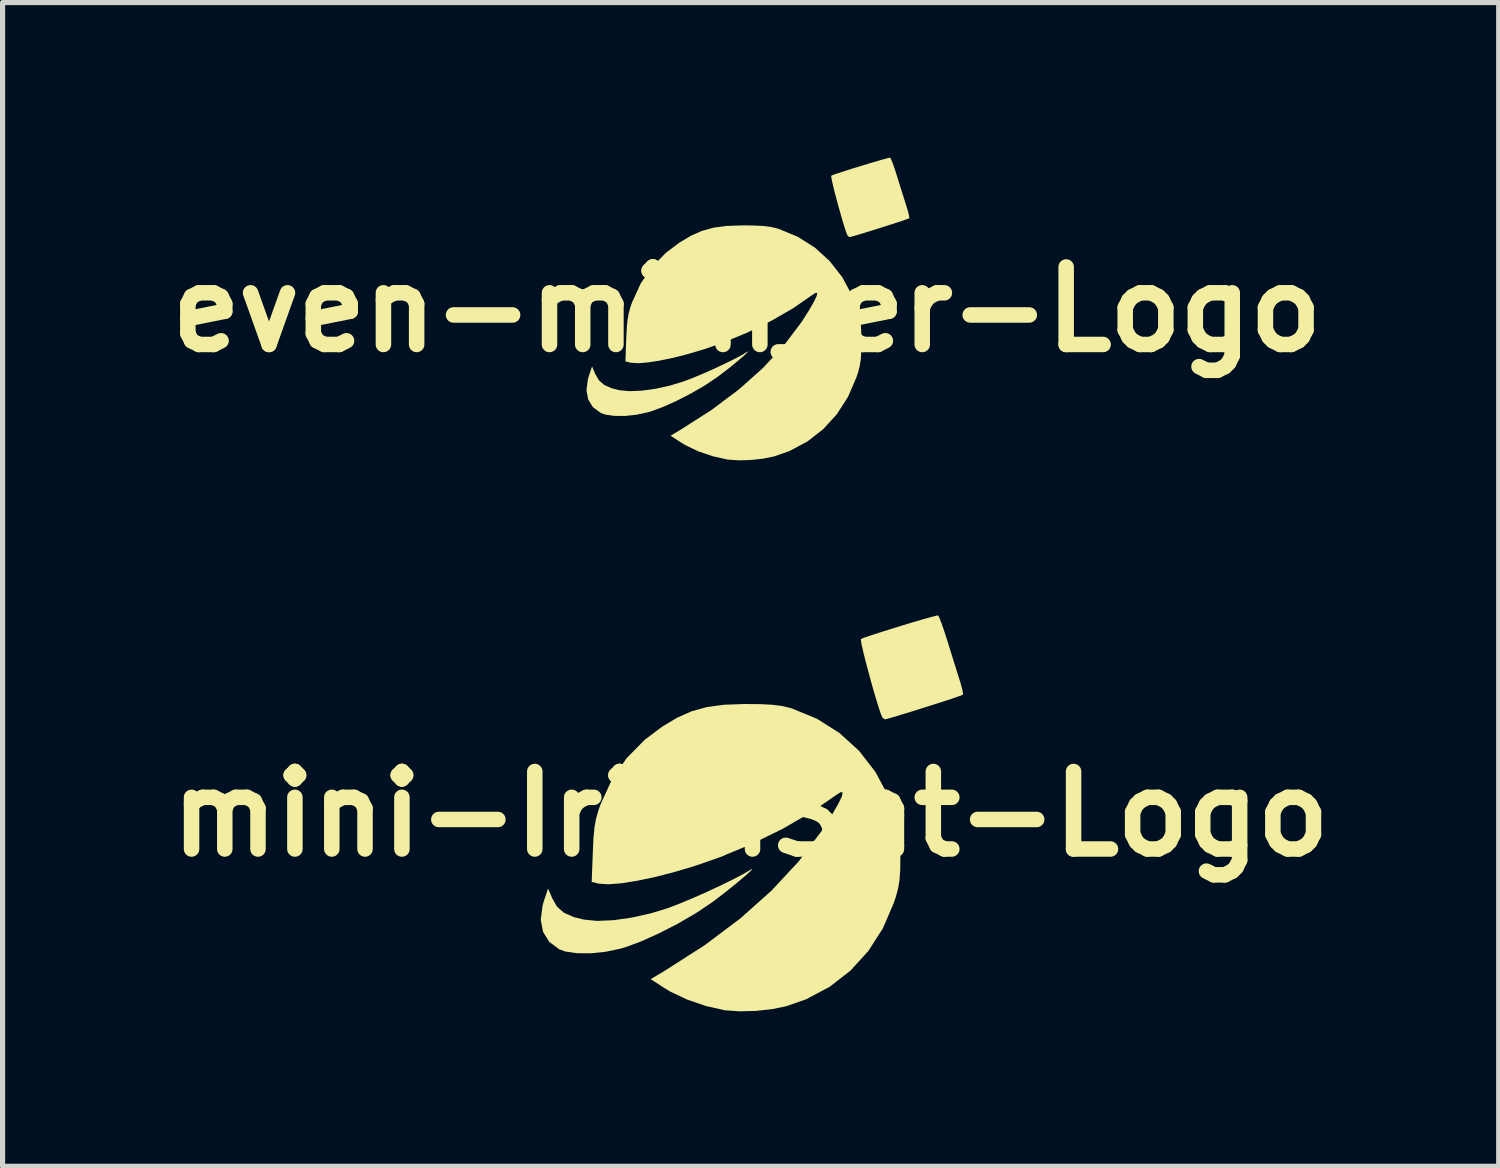
<source format=kicad_pcb>
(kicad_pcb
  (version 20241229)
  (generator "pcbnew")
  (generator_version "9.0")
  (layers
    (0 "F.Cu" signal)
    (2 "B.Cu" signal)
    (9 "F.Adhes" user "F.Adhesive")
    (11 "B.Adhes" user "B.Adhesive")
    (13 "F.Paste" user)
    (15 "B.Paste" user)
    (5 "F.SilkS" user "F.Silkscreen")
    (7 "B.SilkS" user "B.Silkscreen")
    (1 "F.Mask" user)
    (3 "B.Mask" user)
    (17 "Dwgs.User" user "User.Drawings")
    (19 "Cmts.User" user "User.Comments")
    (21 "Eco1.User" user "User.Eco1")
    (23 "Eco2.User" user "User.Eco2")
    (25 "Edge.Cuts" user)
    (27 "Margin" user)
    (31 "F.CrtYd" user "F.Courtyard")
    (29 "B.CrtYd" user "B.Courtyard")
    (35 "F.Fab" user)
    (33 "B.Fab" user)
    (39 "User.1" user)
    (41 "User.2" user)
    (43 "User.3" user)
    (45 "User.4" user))
  (footprint "even-mini_er-Logo"
    (layer "F.Cu")
    (at 11.407 2.939)
    (property "Reference" "even-mini_er-Logo" (at 0 0 0) (layer "F.SilkS") (effects (font (size 1.5 1.5) (thickness 0.3))))
    (attr board_only exclude_from_pos_files exclude_from_bom)
    (fp_poly (pts (xy 0.02 0.821) (xy -0.02 0.861) (xy -0.091 0.924) (xy -0.185 1.004) (xy -0.294 1.094) (xy -0.411 1.186) (xy -0.528 1.275) (xy -0.59 1.321) (xy -0.819 1.473) (xy -1.079 1.624) (xy -1.351 1.764) (xy -1.614 1.883) (xy -1.851 1.971) (xy -1.924 1.992) (xy -2.144 2.039) (xy -2.366 2.062) (xy -2.572 2.06) (xy -2.743 2.035) (xy -2.831 2.003) (xy -2.981 1.892) (xy -3.073 1.744) (xy -3.106 1.563) (xy -3.079 1.354) (xy -3.06 1.29) (xy -2.998 1.103) (xy -2.936 1.249) (xy -2.864 1.372) (xy -2.764 1.461) (xy -2.619 1.525) (xy -2.471 1.563) (xy -2.274 1.582) (xy -2.031 1.572) (xy -1.759 1.534) (xy -1.476 1.47) (xy -1.231 1.395) (xy -1.068 1.334) (xy -0.874 1.253) (xy -0.665 1.161) (xy -0.458 1.065) (xy -0.27 0.973) (xy -0.116 0.893) (xy -0.025 0.838) (xy 0.021 0.812)) (stroke (width 0) (type solid)) (fill yes) (layer "F.SilkS"))
    (fp_poly (pts (xy 2.79 -2.907) (xy 2.824 -2.822) (xy 2.868 -2.695) (xy 2.918 -2.539) (xy 2.921 -2.528) (xy 2.976 -2.35) (xy 3.03 -2.179) (xy 3.075 -2.035) (xy 3.102 -1.948) (xy 3.13 -1.849) (xy 3.142 -1.781) (xy 3.14 -1.764) (xy 3.103 -1.749) (xy 3.013 -1.718) (xy 2.883 -1.675) (xy 2.727 -1.625) (xy 2.557 -1.571) (xy 2.388 -1.518) (xy 2.233 -1.47) (xy 2.105 -1.432) (xy 2.019 -1.407) (xy 1.988 -1.4) (xy 1.95 -1.424) (xy 1.949 -1.426) (xy 1.923 -1.487) (xy 1.887 -1.597) (xy 1.843 -1.741) (xy 1.796 -1.907) (xy 1.748 -2.079) (xy 1.704 -2.246) (xy 1.667 -2.393) (xy 1.642 -2.508) (xy 1.63 -2.576) (xy 1.632 -2.588) (xy 1.671 -2.605) (xy 1.764 -2.637) (xy 1.897 -2.68) (xy 2.055 -2.731) (xy 2.226 -2.783) (xy 2.394 -2.834) (xy 2.547 -2.879) (xy 2.67 -2.914) (xy 2.751 -2.935) (xy 2.772 -2.939)) (stroke (width 0) (type solid)) (fill yes) (layer "F.SilkS"))
    (fp_poly (pts (xy 0.153 -1.624) (xy 0.324 -1.615) (xy 0.458 -1.598) (xy 0.575 -1.571) (xy 0.612 -1.56) (xy 0.984 -1.406) (xy 1.316 -1.196) (xy 1.604 -0.933) (xy 1.847 -0.621) (xy 2.039 -0.262) (xy 2.12 -0.052) (xy 2.164 0.087) (xy 2.192 0.21) (xy 2.208 0.34) (xy 2.214 0.501) (xy 2.215 0.63) (xy 2.213 0.823) (xy 2.203 0.97) (xy 2.183 1.094) (xy 2.15 1.221) (xy 2.12 1.312) (xy 1.957 1.691) (xy 1.741 2.027) (xy 1.477 2.317) (xy 1.169 2.557) (xy 0.821 2.742) (xy 0.525 2.845) (xy 0.316 2.888) (xy 0.076 2.914) (xy -0.163 2.921) (xy -0.369 2.906) (xy -0.379 2.905) (xy -0.66 2.842) (xy -0.94 2.747) (xy -1.189 2.628) (xy -1.267 2.581) (xy -1.479 2.444) (xy -1.273 2.321) (xy -0.679 1.941) (xy -0.152 1.545) (xy 0.311 1.132) (xy 0.713 0.699) (xy 1.056 0.245) (xy 1.198 0.022) (xy 1.294 -0.145) (xy 1.348 -0.257) (xy 1.362 -0.316) (xy 1.334 -0.324) (xy 1.268 -0.282) (xy 0.897 -0.025) (xy 0.472 0.22) (xy 0.01 0.447) (xy -0.473 0.647) (xy -0.819 0.767) (xy -1.123 0.858) (xy -1.414 0.933) (xy -1.682 0.989) (xy -1.916 1.026) (xy -2.107 1.041) (xy -2.244 1.032) (xy -2.258 1.029) (xy -2.352 1.005) (xy -2.336 0.564) (xy -2.326 0.359) (xy -2.311 0.203) (xy -2.289 0.075) (xy -2.255 -0.046) (xy -2.222 -0.14) (xy -2.054 -0.506) (xy -1.837 -0.823) (xy -1.566 -1.099) (xy -1.309 -1.292) (xy -1.087 -1.425) (xy -0.873 -1.52) (xy -0.648 -1.582) (xy -0.394 -1.616) (xy -0.092 -1.627) (xy -0.07 -1.627)) (stroke (width 0) (type solid)) (fill yes) (layer "F.SilkS")))
  (footprint "mini-IrishSat-Logo"
    (layer "F.Cu")
    (at 11.479 12.704)
    (property "Reference" "mini-IrishSat-Logo" (at 0 0 0) (layer "F.SilkS") (effects (font (size 1.5 1.5) (thickness 0.3))))
    (attr board_only exclude_from_pos_files exclude_from_bom)
    (fp_poly (pts (xy 0.027 1.074) (xy -0.026 1.127) (xy -0.118 1.209) (xy -0.242 1.314) (xy -0.385 1.431) (xy -0.538 1.552) (xy -0.69 1.668) (xy -0.772 1.728) (xy -1.071 1.927) (xy -1.411 2.124) (xy -1.767 2.307) (xy -2.112 2.463) (xy -2.421 2.578) (xy -2.516 2.606) (xy -2.804 2.667) (xy -3.095 2.697) (xy -3.364 2.695) (xy -3.589 2.662) (xy -3.704 2.62) (xy -3.899 2.475) (xy -4.019 2.281) (xy -4.063 2.044) (xy -4.027 1.771) (xy -4.003 1.687) (xy -3.921 1.443) (xy -3.84 1.634) (xy -3.747 1.795) (xy -3.615 1.911) (xy -3.426 1.995) (xy -3.232 2.044) (xy -2.974 2.07) (xy -2.656 2.056) (xy -2.301 2.006) (xy -1.931 1.923) (xy -1.61 1.825) (xy -1.397 1.744) (xy -1.143 1.639) (xy -0.87 1.519) (xy -0.6 1.393) (xy -0.353 1.273) (xy -0.152 1.168) (xy -0.033 1.097) (xy 0.028 1.062)) (stroke (width 0) (type solid)) (fill yes) (layer "F.SilkS"))
    (fp_poly (pts (xy 3.65 -3.803) (xy 3.694 -3.691) (xy 3.751 -3.525) (xy 3.817 -3.321) (xy 3.821 -3.307) (xy 3.893 -3.074) (xy 3.963 -2.85) (xy 4.022 -2.662) (xy 4.058 -2.548) (xy 4.094 -2.419) (xy 4.11 -2.329) (xy 4.107 -2.307) (xy 4.059 -2.288) (xy 3.942 -2.247) (xy 3.772 -2.191) (xy 3.567 -2.125) (xy 3.345 -2.055) (xy 3.124 -1.985) (xy 2.921 -1.923) (xy 2.754 -1.873) (xy 2.641 -1.84) (xy 2.6 -1.831) (xy 2.55 -1.863) (xy 2.549 -1.865) (xy 2.516 -1.946) (xy 2.469 -2.089) (xy 2.411 -2.278) (xy 2.349 -2.494) (xy 2.287 -2.72) (xy 2.229 -2.938) (xy 2.181 -3.131) (xy 2.147 -3.28) (xy 2.133 -3.369) (xy 2.134 -3.385) (xy 2.186 -3.408) (xy 2.308 -3.45) (xy 2.481 -3.506) (xy 2.689 -3.572) (xy 2.911 -3.641) (xy 3.132 -3.708) (xy 3.332 -3.767) (xy 3.493 -3.812) (xy 3.598 -3.839) (xy 3.626 -3.844)) (stroke (width 0) (type solid)) (fill yes) (layer "F.SilkS"))
    (fp_poly (pts (xy 0.2 -2.125) (xy 0.423 -2.113) (xy 0.6 -2.091) (xy 0.752 -2.055) (xy 0.801 -2.041) (xy 1.287 -1.84) (xy 1.721 -1.565) (xy 2.099 -1.221) (xy 2.416 -0.812) (xy 2.667 -0.343) (xy 2.773 -0.069) (xy 2.831 0.114) (xy 2.868 0.275) (xy 2.888 0.445) (xy 2.897 0.656) (xy 2.898 0.824) (xy 2.895 1.076) (xy 2.882 1.269) (xy 2.856 1.432) (xy 2.812 1.597) (xy 2.773 1.716) (xy 2.56 2.212) (xy 2.278 2.652) (xy 1.932 3.032) (xy 1.529 3.345) (xy 1.074 3.587) (xy 0.686 3.722) (xy 0.413 3.778) (xy 0.099 3.812) (xy -0.213 3.82) (xy -0.483 3.801) (xy -0.496 3.8) (xy -0.863 3.718) (xy -1.229 3.593) (xy -1.556 3.438) (xy -1.658 3.377) (xy -1.935 3.197) (xy -1.666 3.037) (xy -0.889 2.539) (xy -0.199 2.021) (xy 0.407 1.48) (xy 0.933 0.914) (xy 1.381 0.32) (xy 1.567 0.028) (xy 1.692 -0.19) (xy 1.764 -0.337) (xy 1.781 -0.414) (xy 1.745 -0.423) (xy 1.659 -0.369) (xy 1.173 -0.033) (xy 0.618 0.288) (xy 0.013 0.585) (xy -0.619 0.846) (xy -1.071 1.003) (xy -1.469 1.122) (xy -1.85 1.22) (xy -2.2 1.294) (xy -2.507 1.342) (xy -2.756 1.361) (xy -2.935 1.35) (xy -2.953 1.346) (xy -3.077 1.315) (xy -3.055 0.737) (xy -3.043 0.47) (xy -3.024 0.266) (xy -2.994 0.098) (xy -2.95 -0.06) (xy -2.907 -0.183) (xy -2.687 -0.662) (xy -2.403 -1.077) (xy -2.049 -1.437) (xy -1.712 -1.69) (xy -1.422 -1.864) (xy -1.141 -1.988) (xy -0.847 -2.069) (xy -0.515 -2.114) (xy -0.12 -2.128) (xy -0.092 -2.128)) (stroke (width 0) (type solid)) (fill yes) (layer "F.SilkS")))
  (gr_rect
    (start -3 -3)
    (end 25.957 19.524)
    (stroke (width 0.1) (type default))
    (fill no)
    (layer "Edge.Cuts")))
</source>
